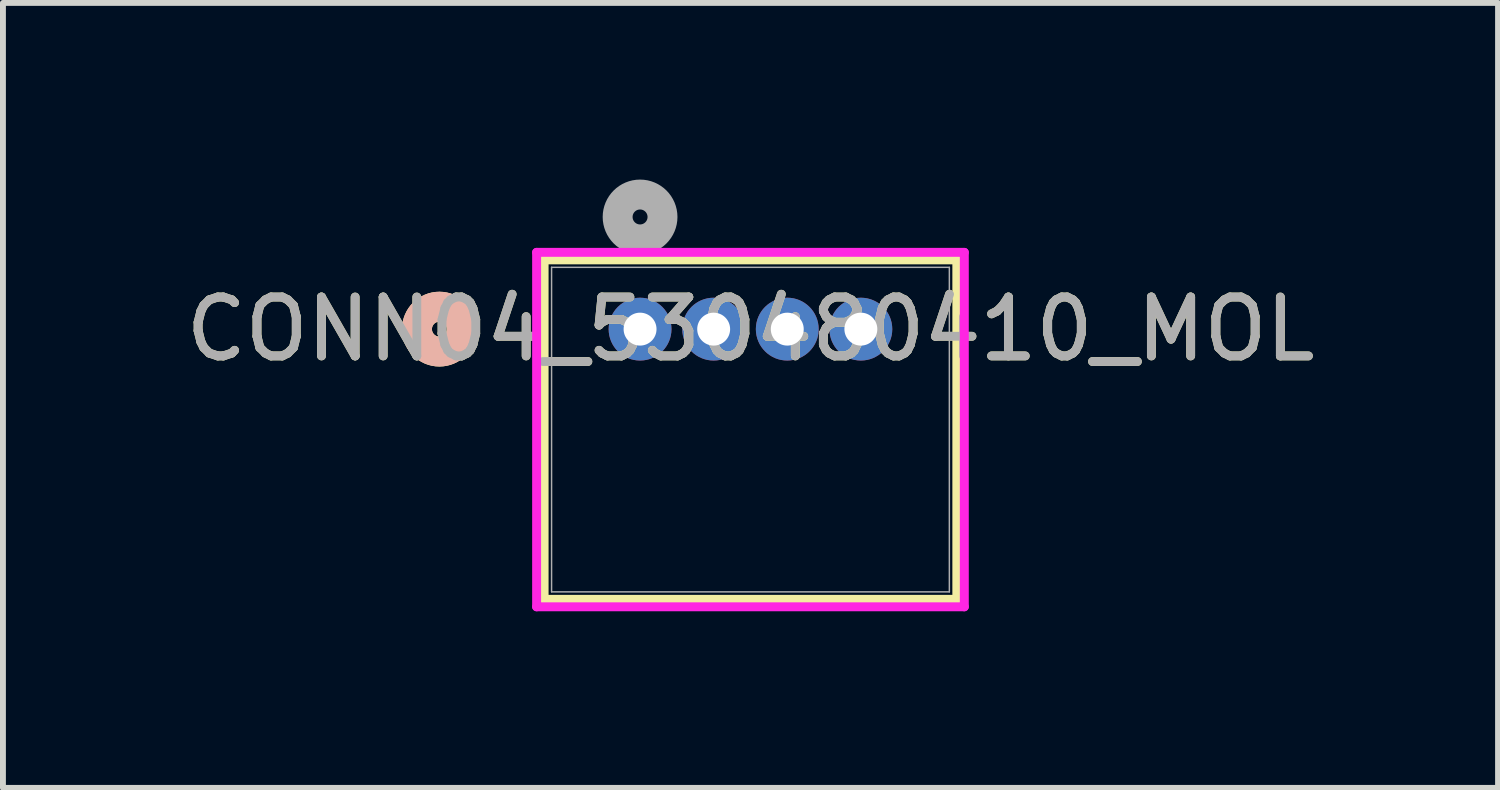
<source format=kicad_pcb>
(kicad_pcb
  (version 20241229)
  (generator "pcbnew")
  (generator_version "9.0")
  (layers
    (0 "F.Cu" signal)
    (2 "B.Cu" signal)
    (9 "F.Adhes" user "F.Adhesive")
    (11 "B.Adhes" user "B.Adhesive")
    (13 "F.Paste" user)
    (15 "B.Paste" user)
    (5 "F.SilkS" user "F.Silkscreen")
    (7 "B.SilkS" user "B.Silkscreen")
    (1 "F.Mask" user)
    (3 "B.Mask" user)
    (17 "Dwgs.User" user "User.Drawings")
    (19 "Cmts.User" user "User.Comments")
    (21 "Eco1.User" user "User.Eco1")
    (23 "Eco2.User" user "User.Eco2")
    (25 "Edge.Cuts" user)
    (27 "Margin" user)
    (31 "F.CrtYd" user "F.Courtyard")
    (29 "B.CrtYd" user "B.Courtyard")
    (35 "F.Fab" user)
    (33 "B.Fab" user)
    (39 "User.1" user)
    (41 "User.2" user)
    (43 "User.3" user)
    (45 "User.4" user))
  (footprint "CONN04_530480410_MOL"
    (layer "F.Cu")
    (at 7.821 2.54)
    (property "Reference" "CONN04_530480410_MOL" (at 1.875 0 0) (unlocked yes) (layer "F.SilkS") (effects (font (size 1 1) (thickness 0.15))))
    (attr through_hole)
    (fp_line (start -1.63 -1.177) (end -1.63 4.589) (stroke (width 0.152) (type solid)) (layer "F.SilkS"))
    (fp_line (start -1.63 4.589) (end 5.38 4.589) (stroke (width 0.152) (type solid)) (layer "F.SilkS"))
    (fp_line (start 5.38 -1.177) (end -1.63 -1.177) (stroke (width 0.152) (type solid)) (layer "F.SilkS"))
    (fp_line (start 5.38 4.589) (end 5.38 -1.177) (stroke (width 0.152) (type solid)) (layer "F.SilkS"))
    (fp_circle (center -3.408 0) (end -3.027 0) (stroke (width 0.508) (type solid)) (fill no) (layer "F.SilkS"))
    (fp_circle (center -3.408 0) (end -3.027 0) (stroke (width 0.508) (type solid)) (fill no) (layer "B.SilkS"))
    (fp_line (start -1.757 -1.304) (end -1.757 4.716) (stroke (width 0.152) (type solid)) (layer "F.CrtYd"))
    (fp_line (start -1.757 4.716) (end 5.507 4.716) (stroke (width 0.152) (type solid)) (layer "F.CrtYd"))
    (fp_line (start 5.507 -1.304) (end -1.757 -1.304) (stroke (width 0.152) (type solid)) (layer "F.CrtYd"))
    (fp_line (start 5.507 4.716) (end 5.507 -1.304) (stroke (width 0.152) (type solid)) (layer "F.CrtYd"))
    (fp_line (start -1.503 -1.05) (end -1.503 4.462) (stroke (width 0.025) (type solid)) (layer "F.Fab"))
    (fp_line (start -1.503 4.462) (end 5.253 4.462) (stroke (width 0.025) (type solid)) (layer "F.Fab"))
    (fp_line (start 5.253 -1.05) (end -1.503 -1.05) (stroke (width 0.025) (type solid)) (layer "F.Fab"))
    (fp_line (start 5.253 4.462) (end 5.253 -1.05) (stroke (width 0.025) (type solid)) (layer "F.Fab"))
    (fp_circle (center 0 -1.905) (end 0.381 -1.905) (stroke (width 0.508) (type solid)) (fill no) (layer "F.Fab"))
    (fp_text user "${REFERENCE}" (at 1.875 0 0) (unlocked yes) (layer "F.Fab") (effects (font (size 1 1) (thickness 0.15))))
    (pad "1" thru_hole circle (at 0 0) (size 1.067 1.067) (drill 0.559) (layers "*.Cu" "*.Mask"))
    (pad "2" thru_hole circle (at 1.25 0) (size 1.067 1.067) (drill 0.559) (layers "*.Cu" "*.Mask"))
    (pad "3" thru_hole circle (at 2.5 0) (size 1.067 1.067) (drill 0.559) (layers "*.Cu" "*.Mask"))
    (pad "4" thru_hole circle (at 3.75 0) (size 1.067 1.067) (drill 0.559) (layers "*.Cu" "*.Mask")))
  (gr_rect
    (start -3 -3)
    (end 22.393 10.332)
    (stroke (width 0.1) (type default))
    (fill no)
    (layer "Edge.Cuts")))
</source>
